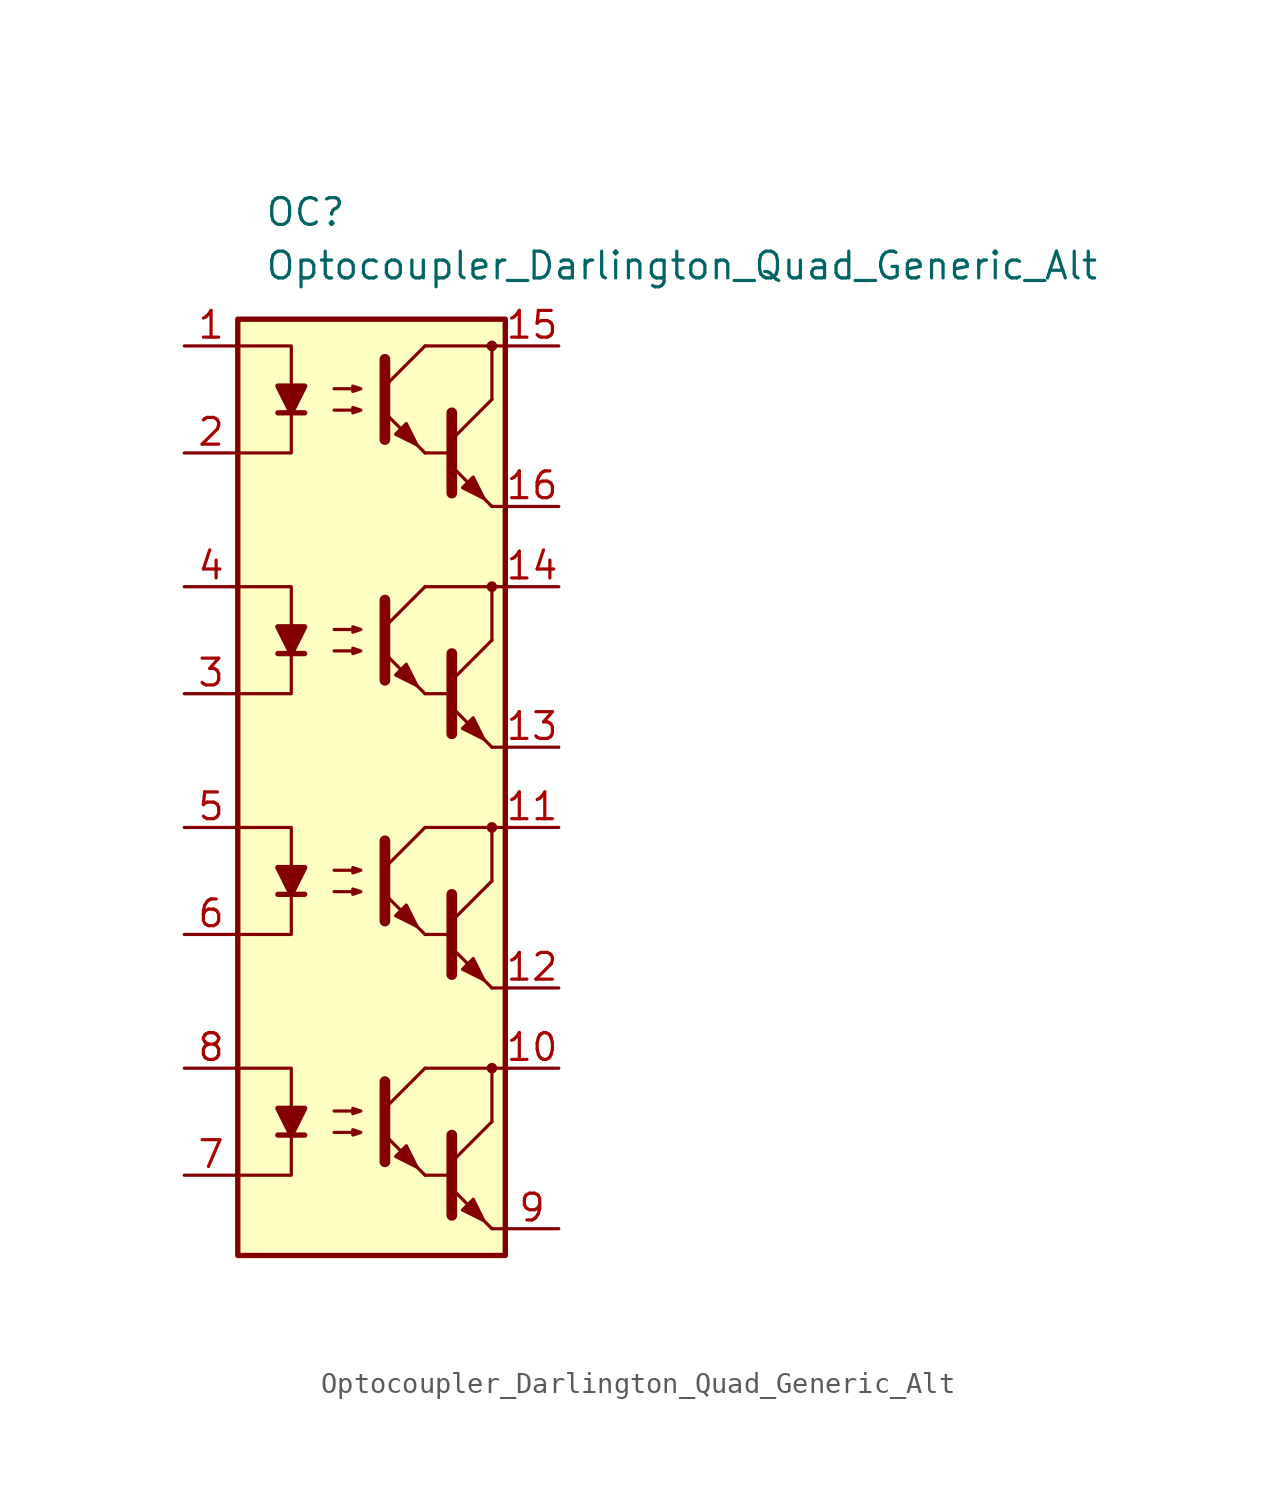
<source format=kicad_sym>
(kicad_symbol_lib
  (version 20211014)
  (generator kicad_symbol_editor)
  (symbol "Optocoupler_AKL:Optocoupler_Darlington_Quad_Generic_Alt"
    (pin_names
      (offset 1.016))
    (property "Reference" "OC"
      (at -5.08 26.67 0)
      (effects (font (size 1.27 1.27)) (justify left)))
    (property "Value" "Optocoupler_Darlington_Quad_Generic_Alt"
      (at -5.08 24.13 0)
      (effects (font (size 1.27 1.27)) (justify left)))
    (symbol "Optocoupler_Darlington_Quad_Generic_Alt_0_1"
      (rectangle (start -6.35 21.59) (end 6.35 -22.86) (stroke (width 0.254) (type default) (color 0 0 0 0)) (fill (type background)))
      (polyline (pts (xy -4.445 17.145) (xy -3.175 17.145)) (stroke (width 0.254) (type default) (color 0 0 0 0)) (fill (type none)))
      (polyline (pts (xy 2.54 15.24) (xy 3.81 15.24)) (stroke (width 0) (type default) (color 0 0 0 0)) (fill (type none)))
      (polyline (pts (xy 3.81 15.875) (xy 5.715 17.78)) (stroke (width 0) (type default) (color 0 0 0 0)) (fill (type none)))
      (polyline (pts (xy 5.715 12.7) (xy 3.81 14.605)) (stroke (width 0) (type default) (color 0 0 0 0)) (fill (type outline)))
      (polyline (pts (xy 5.715 12.7) (xy 6.35 12.7)) (stroke (width 0) (type default) (color 0 0 0 0)) (fill (type none)))
      (polyline (pts (xy 5.715 17.78) (xy 5.715 20.32)) (stroke (width 0) (type default) (color 0 0 0 0)) (fill (type none)))
      (polyline (pts (xy 6.35 20.32) (xy 2.54 20.32)) (stroke (width 0) (type default) (color 0 0 0 0)) (fill (type none)))
      (polyline (pts (xy -6.35 20.32) (xy -3.81 20.32) (xy -3.81 17.145)) (stroke (width 0) (type default) (color 0 0 0 0)) (fill (type none)))
      (polyline (pts (xy -3.81 17.145) (xy -3.81 15.24) (xy -6.35 15.24)) (stroke (width 0) (type default) (color 0 0 0 0)) (fill (type none)))
      (polyline (pts (xy 3.81 17.145) (xy 3.81 13.335) (xy 3.81 13.335)) (stroke (width 0.508) (type default) (color 0 0 0 0)) (fill (type none)))
      (polyline (pts (xy -3.81 17.145) (xy -4.445 18.415) (xy -3.175 18.415) (xy -3.81 17.145)) (stroke (width 0.254) (type default) (color 0 0 0 0)) (fill (type outline)))
      (polyline (pts (xy -1.778 17.272) (xy -0.508 17.272) (xy -0.889 17.145) (xy -0.889 17.399) (xy -0.508 17.272)) (stroke (width 0) (type default) (color 0 0 0 0)) (fill (type none)))
      (polyline (pts (xy -1.778 18.288) (xy -0.508 18.288) (xy -0.889 18.161) (xy -0.889 18.415) (xy -0.508 18.288)) (stroke (width 0) (type default) (color 0 0 0 0)) (fill (type none)))
      (polyline (pts (xy 4.318 13.589) (xy 4.826 14.097) (xy 5.334 13.081) (xy 4.318 13.589) (xy 4.318 13.589)) (stroke (width 0) (type default) (color 0 0 0 0)) (fill (type outline)))
      (circle (center 5.715 20.32) (radius 0.178) (stroke (width 0)) (stroke (width 0) (type default) (color 0 0 0 0)) (fill (type outline))))
    (symbol "Optocoupler_Darlington_Quad_Generic_Alt_1_1"
      (polyline (pts (xy -4.445 -17.145) (xy -3.175 -17.145)) (stroke (width 0.254) (type default) (color 0 0 0 0)) (fill (type none)))
      (polyline (pts (xy -4.445 -5.715) (xy -3.175 -5.715)) (stroke (width 0.254) (type default) (color 0 0 0 0)) (fill (type none)))
      (polyline (pts (xy -4.445 5.715) (xy -3.175 5.715)) (stroke (width 0.254) (type default) (color 0 0 0 0)) (fill (type none)))
      (polyline (pts (xy 0.635 -15.875) (xy 2.54 -13.97)) (stroke (width 0) (type default) (color 0 0 0 0)) (fill (type none)))
      (polyline (pts (xy 0.635 -4.445) (xy 2.54 -2.54)) (stroke (width 0) (type default) (color 0 0 0 0)) (fill (type none)))
      (polyline (pts (xy 0.635 6.985) (xy 2.54 8.89)) (stroke (width 0) (type default) (color 0 0 0 0)) (fill (type none)))
      (polyline (pts (xy 0.635 18.415) (xy 2.54 20.32)) (stroke (width 0) (type default) (color 0 0 0 0)) (fill (type none)))
      (polyline (pts (xy 2.54 -19.05) (xy 0.635 -17.145)) (stroke (width 0) (type default) (color 0 0 0 0)) (fill (type outline)))
      (polyline (pts (xy 2.54 -19.05) (xy 3.81 -19.05)) (stroke (width 0) (type default) (color 0 0 0 0)) (fill (type none)))
      (polyline (pts (xy 2.54 -7.62) (xy 0.635 -5.715)) (stroke (width 0) (type default) (color 0 0 0 0)) (fill (type outline)))
      (polyline (pts (xy 2.54 -7.62) (xy 3.81 -7.62)) (stroke (width 0) (type default) (color 0 0 0 0)) (fill (type none)))
      (polyline (pts (xy 2.54 3.81) (xy 0.635 5.715)) (stroke (width 0) (type default) (color 0 0 0 0)) (fill (type outline)))
      (polyline (pts (xy 2.54 3.81) (xy 3.81 3.81)) (stroke (width 0) (type default) (color 0 0 0 0)) (fill (type none)))
      (polyline (pts (xy 2.54 15.24) (xy 0.635 17.145)) (stroke (width 0) (type default) (color 0 0 0 0)) (fill (type outline)))
      (polyline (pts (xy 3.81 -18.415) (xy 5.715 -16.51)) (stroke (width 0) (type default) (color 0 0 0 0)) (fill (type none)))
      (polyline (pts (xy 3.81 -6.985) (xy 5.715 -5.08)) (stroke (width 0) (type default) (color 0 0 0 0)) (fill (type none)))
      (polyline (pts (xy 3.81 4.445) (xy 5.715 6.35)) (stroke (width 0) (type default) (color 0 0 0 0)) (fill (type none)))
      (polyline (pts (xy 5.715 -21.59) (xy 3.81 -19.685)) (stroke (width 0) (type default) (color 0 0 0 0)) (fill (type outline)))
      (polyline (pts (xy 5.715 -21.59) (xy 6.35 -21.59)) (stroke (width 0) (type default) (color 0 0 0 0)) (fill (type none)))
      (polyline (pts (xy 5.715 -16.51) (xy 5.715 -13.97)) (stroke (width 0) (type default) (color 0 0 0 0)) (fill (type none)))
      (polyline (pts (xy 5.715 -10.16) (xy 3.81 -8.255)) (stroke (width 0) (type default) (color 0 0 0 0)) (fill (type outline)))
      (polyline (pts (xy 5.715 -10.16) (xy 6.35 -10.16)) (stroke (width 0) (type default) (color 0 0 0 0)) (fill (type none)))
      (polyline (pts (xy 5.715 -5.08) (xy 5.715 -2.54)) (stroke (width 0) (type default) (color 0 0 0 0)) (fill (type none)))
      (polyline (pts (xy 5.715 1.27) (xy 3.81 3.175)) (stroke (width 0) (type default) (color 0 0 0 0)) (fill (type outline)))
      (polyline (pts (xy 5.715 1.27) (xy 6.35 1.27)) (stroke (width 0) (type default) (color 0 0 0 0)) (fill (type none)))
      (polyline (pts (xy 5.715 6.35) (xy 5.715 8.89)) (stroke (width 0) (type default) (color 0 0 0 0)) (fill (type none)))
      (polyline (pts (xy 6.35 -13.97) (xy 2.54 -13.97)) (stroke (width 0) (type default) (color 0 0 0 0)) (fill (type none)))
      (polyline (pts (xy 6.35 -2.54) (xy 2.54 -2.54)) (stroke (width 0) (type default) (color 0 0 0 0)) (fill (type none)))
      (polyline (pts (xy 6.35 8.89) (xy 2.54 8.89)) (stroke (width 0) (type default) (color 0 0 0 0)) (fill (type none)))
      (polyline (pts (xy -6.35 -13.97) (xy -3.81 -13.97) (xy -3.81 -17.145)) (stroke (width 0) (type default) (color 0 0 0 0)) (fill (type none)))
      (polyline (pts (xy -6.35 -2.54) (xy -3.81 -2.54) (xy -3.81 -5.715)) (stroke (width 0) (type default) (color 0 0 0 0)) (fill (type none)))
      (polyline (pts (xy -6.35 8.89) (xy -3.81 8.89) (xy -3.81 5.715)) (stroke (width 0) (type default) (color 0 0 0 0)) (fill (type none)))
      (polyline (pts (xy -3.81 -17.145) (xy -3.81 -19.05) (xy -6.35 -19.05)) (stroke (width 0) (type default) (color 0 0 0 0)) (fill (type none)))
      (polyline (pts (xy -3.81 -5.715) (xy -3.81 -7.62) (xy -6.35 -7.62)) (stroke (width 0) (type default) (color 0 0 0 0)) (fill (type none)))
      (polyline (pts (xy -3.81 5.715) (xy -3.81 3.81) (xy -6.35 3.81)) (stroke (width 0) (type default) (color 0 0 0 0)) (fill (type none)))
      (polyline (pts (xy 0.635 -14.605) (xy 0.635 -18.415) (xy 0.635 -18.415)) (stroke (width 0.508) (type default) (color 0 0 0 0)) (fill (type none)))
      (polyline (pts (xy 0.635 -3.175) (xy 0.635 -6.985) (xy 0.635 -6.985)) (stroke (width 0.508) (type default) (color 0 0 0 0)) (fill (type none)))
      (polyline (pts (xy 0.635 8.255) (xy 0.635 4.445) (xy 0.635 4.445)) (stroke (width 0.508) (type default) (color 0 0 0 0)) (fill (type none)))
      (polyline (pts (xy 0.635 19.685) (xy 0.635 15.875) (xy 0.635 15.875)) (stroke (width 0.508) (type default) (color 0 0 0 0)) (fill (type none)))
      (polyline (pts (xy 3.81 -17.145) (xy 3.81 -20.955) (xy 3.81 -20.955)) (stroke (width 0.508) (type default) (color 0 0 0 0)) (fill (type none)))
      (polyline (pts (xy 3.81 -5.715) (xy 3.81 -9.525) (xy 3.81 -9.525)) (stroke (width 0.508) (type default) (color 0 0 0 0)) (fill (type none)))
      (polyline (pts (xy 3.81 5.715) (xy 3.81 1.905) (xy 3.81 1.905)) (stroke (width 0.508) (type default) (color 0 0 0 0)) (fill (type none)))
      (polyline (pts (xy -3.81 -17.145) (xy -4.445 -15.875) (xy -3.175 -15.875) (xy -3.81 -17.145)) (stroke (width 0.254) (type default) (color 0 0 0 0)) (fill (type outline)))
      (polyline (pts (xy -3.81 -5.715) (xy -4.445 -4.445) (xy -3.175 -4.445) (xy -3.81 -5.715)) (stroke (width 0.254) (type default) (color 0 0 0 0)) (fill (type outline)))
      (polyline (pts (xy -3.81 5.715) (xy -4.445 6.985) (xy -3.175 6.985) (xy -3.81 5.715)) (stroke (width 0.254) (type default) (color 0 0 0 0)) (fill (type outline)))
      (polyline (pts (xy -1.778 -17.018) (xy -0.508 -17.018) (xy -0.889 -17.145) (xy -0.889 -16.891) (xy -0.508 -17.018)) (stroke (width 0) (type default) (color 0 0 0 0)) (fill (type none)))
      (polyline (pts (xy -1.778 -16.002) (xy -0.508 -16.002) (xy -0.889 -16.129) (xy -0.889 -15.875) (xy -0.508 -16.002)) (stroke (width 0) (type default) (color 0 0 0 0)) (fill (type none)))
      (polyline (pts (xy -1.778 -5.588) (xy -0.508 -5.588) (xy -0.889 -5.715) (xy -0.889 -5.461) (xy -0.508 -5.588)) (stroke (width 0) (type default) (color 0 0 0 0)) (fill (type none)))
      (polyline (pts (xy -1.778 -4.572) (xy -0.508 -4.572) (xy -0.889 -4.699) (xy -0.889 -4.445) (xy -0.508 -4.572)) (stroke (width 0) (type default) (color 0 0 0 0)) (fill (type none)))
      (polyline (pts (xy -1.778 5.842) (xy -0.508 5.842) (xy -0.889 5.715) (xy -0.889 5.969) (xy -0.508 5.842)) (stroke (width 0) (type default) (color 0 0 0 0)) (fill (type none)))
      (polyline (pts (xy -1.778 6.858) (xy -0.508 6.858) (xy -0.889 6.731) (xy -0.889 6.985) (xy -0.508 6.858)) (stroke (width 0) (type default) (color 0 0 0 0)) (fill (type none)))
      (polyline (pts (xy 1.143 -18.161) (xy 1.651 -17.653) (xy 2.159 -18.669) (xy 1.143 -18.161) (xy 1.143 -18.161)) (stroke (width 0) (type default) (color 0 0 0 0)) (fill (type outline)))
      (polyline (pts (xy 1.143 -6.731) (xy 1.651 -6.223) (xy 2.159 -7.239) (xy 1.143 -6.731) (xy 1.143 -6.731)) (stroke (width 0) (type default) (color 0 0 0 0)) (fill (type outline)))
      (polyline (pts (xy 1.143 4.699) (xy 1.651 5.207) (xy 2.159 4.191) (xy 1.143 4.699) (xy 1.143 4.699)) (stroke (width 0) (type default) (color 0 0 0 0)) (fill (type outline)))
      (polyline (pts (xy 1.143 16.129) (xy 1.651 16.637) (xy 2.159 15.621) (xy 1.143 16.129) (xy 1.143 16.129)) (stroke (width 0) (type default) (color 0 0 0 0)) (fill (type outline)))
      (polyline (pts (xy 4.318 -20.701) (xy 4.826 -20.193) (xy 5.334 -21.209) (xy 4.318 -20.701) (xy 4.318 -20.701)) (stroke (width 0) (type default) (color 0 0 0 0)) (fill (type outline)))
      (polyline (pts (xy 4.318 -9.271) (xy 4.826 -8.763) (xy 5.334 -9.779) (xy 4.318 -9.271) (xy 4.318 -9.271)) (stroke (width 0) (type default) (color 0 0 0 0)) (fill (type outline)))
      (polyline (pts (xy 4.318 2.159) (xy 4.826 2.667) (xy 5.334 1.651) (xy 4.318 2.159) (xy 4.318 2.159)) (stroke (width 0) (type default) (color 0 0 0 0)) (fill (type outline)))
      (circle (center 5.715 -13.97) (radius 0.178) (stroke (width 0)) (stroke (width 0) (type default) (color 0 0 0 0)) (fill (type outline)))
      (circle (center 5.715 -2.54) (radius 0.178) (stroke (width 0)) (stroke (width 0) (type default) (color 0 0 0 0)) (fill (type outline)))
      (circle (center 5.715 8.89) (radius 0.178) (stroke (width 0)) (stroke (width 0) (type default) (color 0 0 0 0)) (fill (type outline)))
      (pin passive line (at -8.89 20.32 0) (length 2.54) (name "~" (effects (font (size 1.27 1.27)))) (number "1" (effects (font (size 1.27 1.27)))))
      (pin passive line (at 8.89 -13.97 180) (length 2.54) (name "~" (effects (font (size 1.27 1.27)))) (number "10" (effects (font (size 1.27 1.27)))))
      (pin passive line (at 8.89 -2.54 180) (length 2.54) (name "~" (effects (font (size 1.27 1.27)))) (number "11" (effects (font (size 1.27 1.27)))))
      (pin passive line (at 8.89 -10.16 180) (length 2.54) (name "~" (effects (font (size 1.27 1.27)))) (number "12" (effects (font (size 1.27 1.27)))))
      (pin passive line (at 8.89 1.27 180) (length 2.54) (name "~" (effects (font (size 1.27 1.27)))) (number "13" (effects (font (size 1.27 1.27)))))
      (pin passive line (at 8.89 8.89 180) (length 2.54) (name "~" (effects (font (size 1.27 1.27)))) (number "14" (effects (font (size 1.27 1.27)))))
      (pin passive line (at 8.89 20.32 180) (length 2.54) (name "~" (effects (font (size 1.27 1.27)))) (number "15" (effects (font (size 1.27 1.27)))))
      (pin passive line (at 8.89 12.7 180) (length 2.54) (name "~" (effects (font (size 1.27 1.27)))) (number "16" (effects (font (size 1.27 1.27)))))
      (pin passive line (at -8.89 15.24 0) (length 2.54) (name "~" (effects (font (size 1.27 1.27)))) (number "2" (effects (font (size 1.27 1.27)))))
      (pin passive line (at -8.89 3.81 0) (length 2.54) (name "~" (effects (font (size 1.27 1.27)))) (number "3" (effects (font (size 1.27 1.27)))))
      (pin passive line (at -8.89 8.89 0) (length 2.54) (name "~" (effects (font (size 1.27 1.27)))) (number "4" (effects (font (size 1.27 1.27)))))
      (pin passive line (at -8.89 -2.54 0) (length 2.54) (name "~" (effects (font (size 1.27 1.27)))) (number "5" (effects (font (size 1.27 1.27)))))
      (pin passive line (at -8.89 -7.62 0) (length 2.54) (name "~" (effects (font (size 1.27 1.27)))) (number "6" (effects (font (size 1.27 1.27)))))
      (pin passive line (at -8.89 -19.05 0) (length 2.54) (name "~" (effects (font (size 1.27 1.27)))) (number "7" (effects (font (size 1.27 1.27)))))
      (pin passive line (at -8.89 -13.97 0) (length 2.54) (name "~" (effects (font (size 1.27 1.27)))) (number "8" (effects (font (size 1.27 1.27)))))
      (pin passive line (at 8.89 -21.59 180) (length 2.54) (name "~" (effects (font (size 1.27 1.27)))) (number "9" (effects (font (size 1.27 1.27))))))))
</source>
